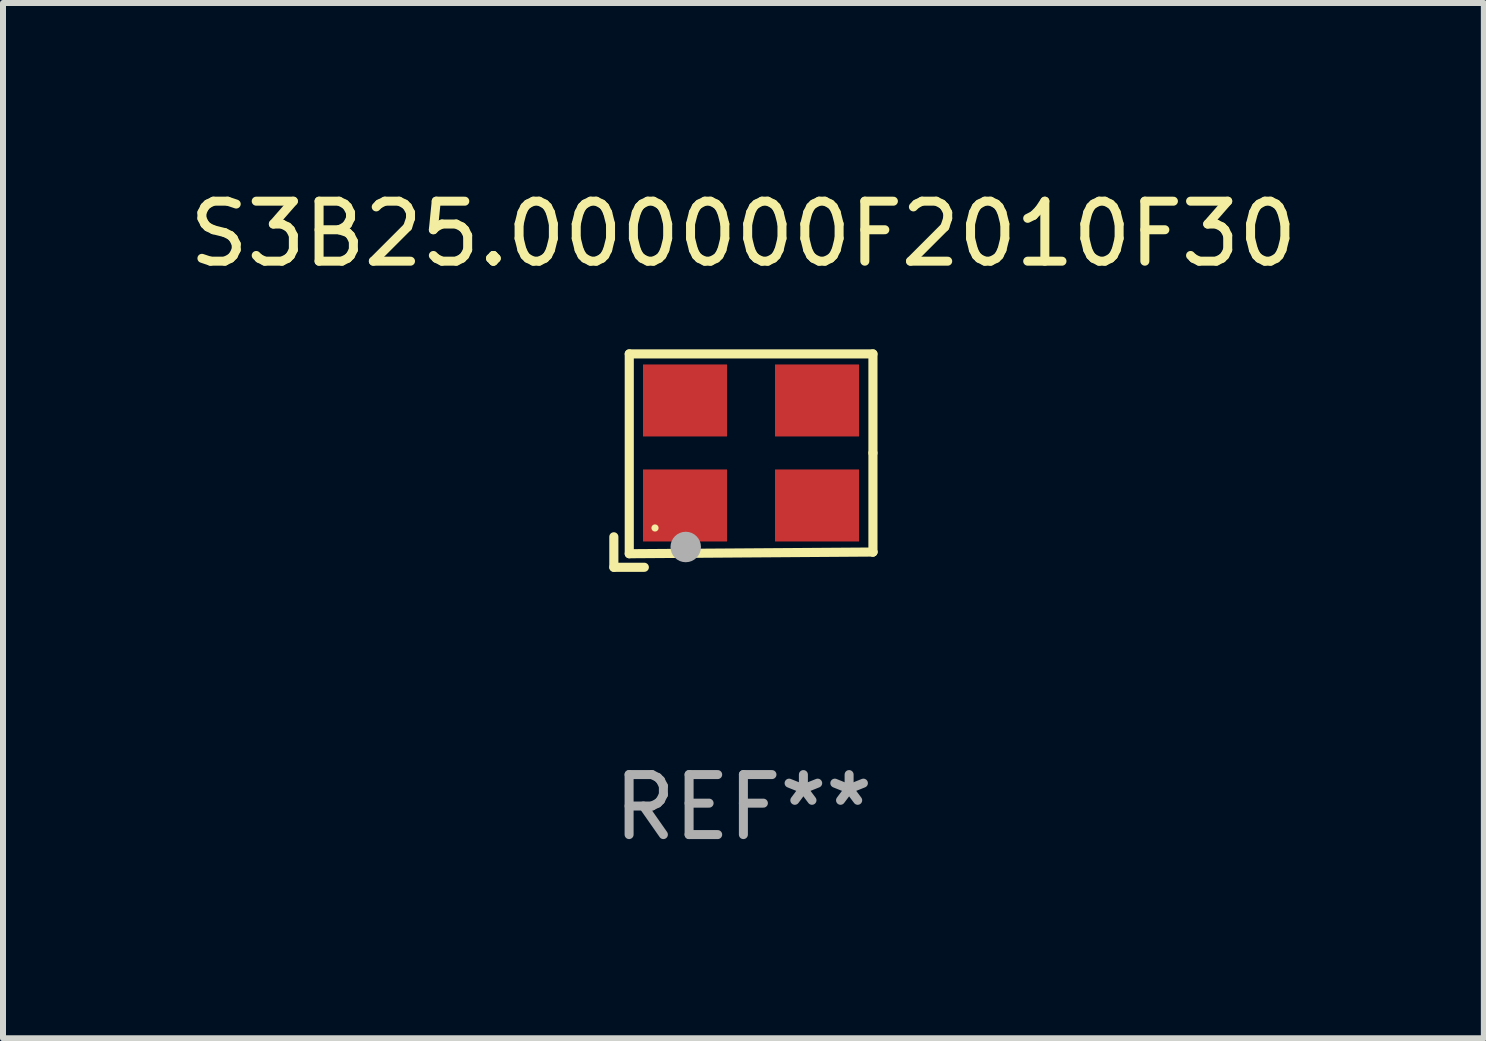
<source format=kicad_pcb>
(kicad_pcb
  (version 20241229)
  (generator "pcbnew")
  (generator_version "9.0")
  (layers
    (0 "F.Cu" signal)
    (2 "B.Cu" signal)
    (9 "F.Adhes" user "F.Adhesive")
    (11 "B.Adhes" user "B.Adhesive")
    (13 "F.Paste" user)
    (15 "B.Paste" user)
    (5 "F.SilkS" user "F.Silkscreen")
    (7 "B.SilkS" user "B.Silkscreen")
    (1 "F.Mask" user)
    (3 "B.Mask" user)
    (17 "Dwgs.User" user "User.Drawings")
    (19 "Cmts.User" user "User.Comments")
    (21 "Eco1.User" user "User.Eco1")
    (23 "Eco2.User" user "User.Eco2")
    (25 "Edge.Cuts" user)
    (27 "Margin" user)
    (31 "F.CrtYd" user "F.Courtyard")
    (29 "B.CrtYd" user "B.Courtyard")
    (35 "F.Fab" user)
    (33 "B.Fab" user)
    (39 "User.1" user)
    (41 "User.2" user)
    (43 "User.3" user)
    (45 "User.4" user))
  (footprint "S3B25.000000F2010F30"
    (layer "F.Cu")
    (at 9.339 4.626)
    (property "Reference" "S3B25.000000F2010F30" (at 0 -3.778 0) (layer "F.SilkS") (effects (font (size 1 1) (thickness 0.15))))
    (attr through_hole)
    (fp_line (start -2.159 1.27) (end -2.159 1.778) (stroke (width 0.152) (type solid)) (layer "F.SilkS"))
    (fp_line (start -2.159 1.778) (end -1.651 1.778) (stroke (width 0.152) (type solid)) (layer "F.SilkS"))
    (fp_line (start -1.902 -1.778) (end 2.159 -1.778) (stroke (width 0.152) (type solid)) (layer "F.SilkS"))
    (fp_line (start -1.902 1.552) (end -1.902 -1.778) (stroke (width 0.152) (type solid)) (layer "F.SilkS"))
    (fp_line (start 2.159 -1.778) (end 2.159 -0.127) (stroke (width 0.152) (type solid)) (layer "F.SilkS"))
    (fp_line (start 2.159 -0.127) (end 2.159 1.524) (stroke (width 0.152) (type solid)) (layer "F.SilkS"))
    (fp_line (start 2.159 1.524) (end -1.902 1.552) (stroke (width 0.152) (type solid)) (layer "F.SilkS"))
    (fp_line (start 2.159 1.524) (end 2.159 1.524) (stroke (width 0.152) (type solid)) (layer "F.SilkS"))
    (fp_circle (center -1.473 1.123) (end -1.443 1.123) (stroke (width 0.06) (type solid)) (fill no) (layer "F.SilkS"))
    (fp_circle (center -0.961 1.44) (end -0.834 1.44) (stroke (width 0.254) (type solid)) (fill no) (layer "F.Fab"))
    (fp_text user "REF**" (at 0 5.778 0) (layer "F.Fab") (effects (font (size 1 1) (thickness 0.15))))
    (pad "1" smd rect (at -0.973 0.748) (size 1.4 1.2) (layers "F.Cu" "F.Mask" "F.Paste"))
    (pad "2" smd rect (at 1.227 0.748) (size 1.4 1.2) (layers "F.Cu" "F.Mask" "F.Paste"))
    (pad "3" smd rect (at 1.227 -1.002) (size 1.4 1.2) (layers "F.Cu" "F.Mask" "F.Paste"))
    (pad "4" smd rect (at -0.973 -1.002) (size 1.4 1.2) (layers "F.Cu" "F.Mask" "F.Paste")))
  (gr_rect
    (start -3 -3)
    (end 21.679 14.253)
    (stroke (width 0.1) (type default))
    (fill no)
    (layer "Edge.Cuts")))
</source>
